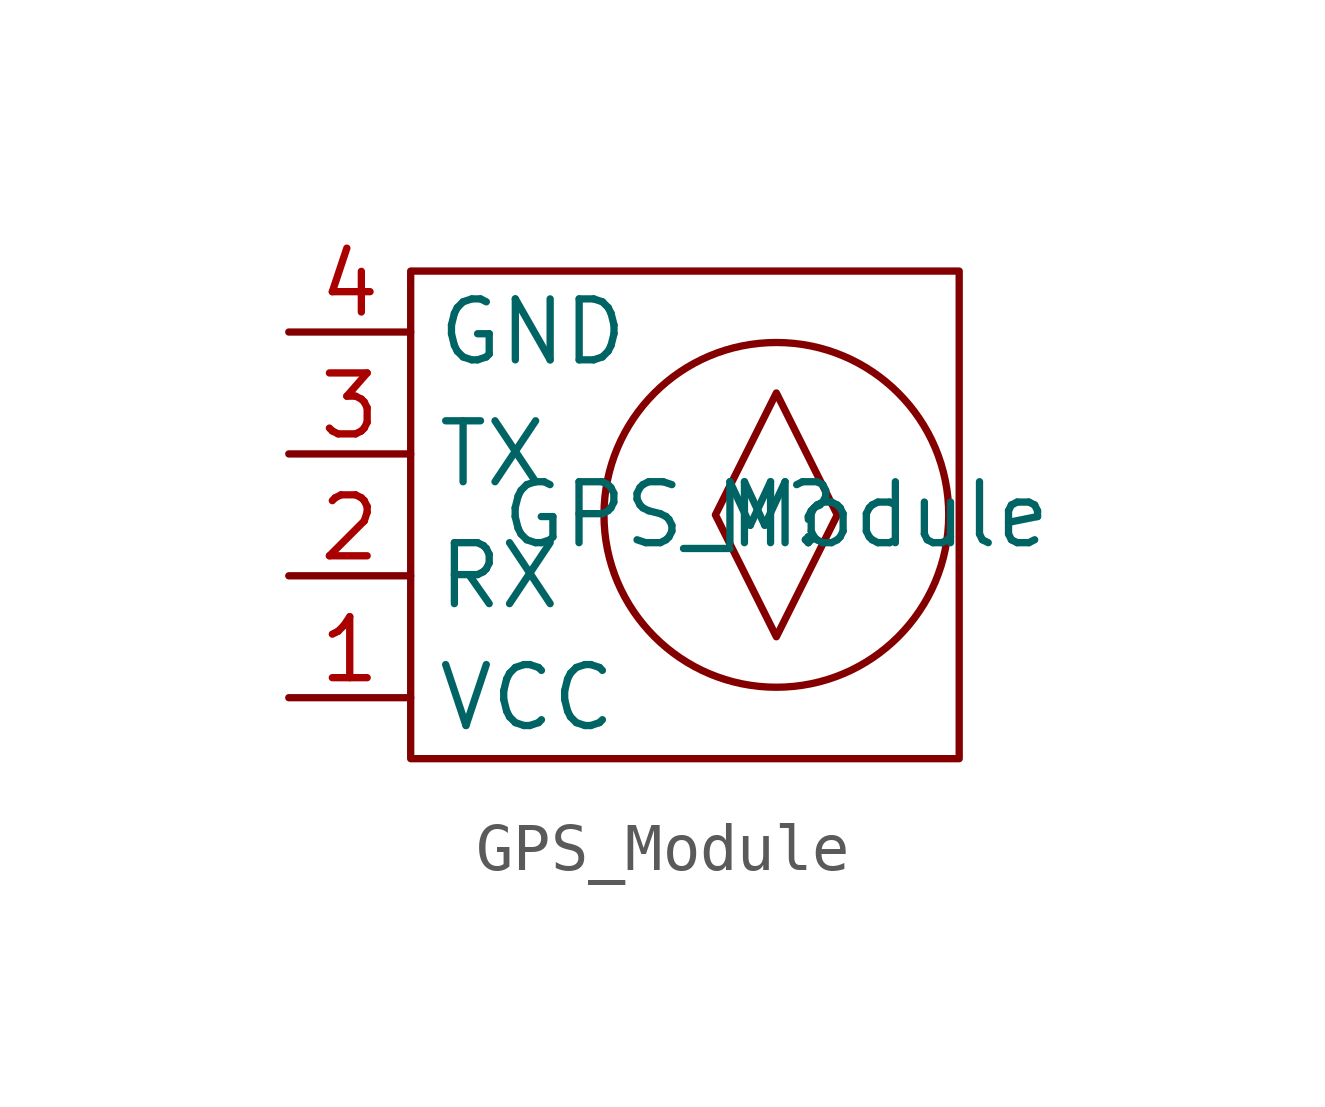
<source format=kicad_sym>
(kicad_symbol_lib
  (version 20241209)
  (generator "kicad_symbol_editor")
  (generator_version "9.0")
  (symbol "GPS_Module"
    (property "Reference" "M"
      (at 0 0 0)
      (effects (font (size 1.27 1.27))))
    (property "Value" "GPS_Module"
      (at 0 0 0)
      (effects (font (size 1.27 1.27))))
    (symbol "GPS_Module_0_1"
      (rectangle (start -7.62 5.08) (end 3.81 -5.08) (stroke (width 0) (type default)) (fill (type none)))
      (polyline (pts (xy 0 2.54) (xy -1.27 0) (xy 0 -2.54) (xy 1.27 0) (xy 0 2.54)) (stroke (width 0) (type default)) (fill (type none)))
      (circle (center 0 0) (radius 3.592) (stroke (width 0) (type default)) (fill (type none))))
    (symbol "GPS_Module_1_1"
      (pin power_in line (at -10.16 3.81 0) (length 2.54) (name "GND" (effects (font (size 1.27 1.27)))) (number "4" (effects (font (size 1.27 1.27)))))
      (pin bidirectional line (at -10.16 1.27 0) (length 2.54) (name "TX" (effects (font (size 1.27 1.27)))) (number "3" (effects (font (size 1.27 1.27)))))
      (pin bidirectional line (at -10.16 -1.27 0) (length 2.54) (name "RX" (effects (font (size 1.27 1.27)))) (number "2" (effects (font (size 1.27 1.27)))))
      (pin power_in line (at -10.16 -3.81 0) (length 2.54) (name "VCC" (effects (font (size 1.27 1.27)))) (number "1" (effects (font (size 1.27 1.27))))))))
</source>
